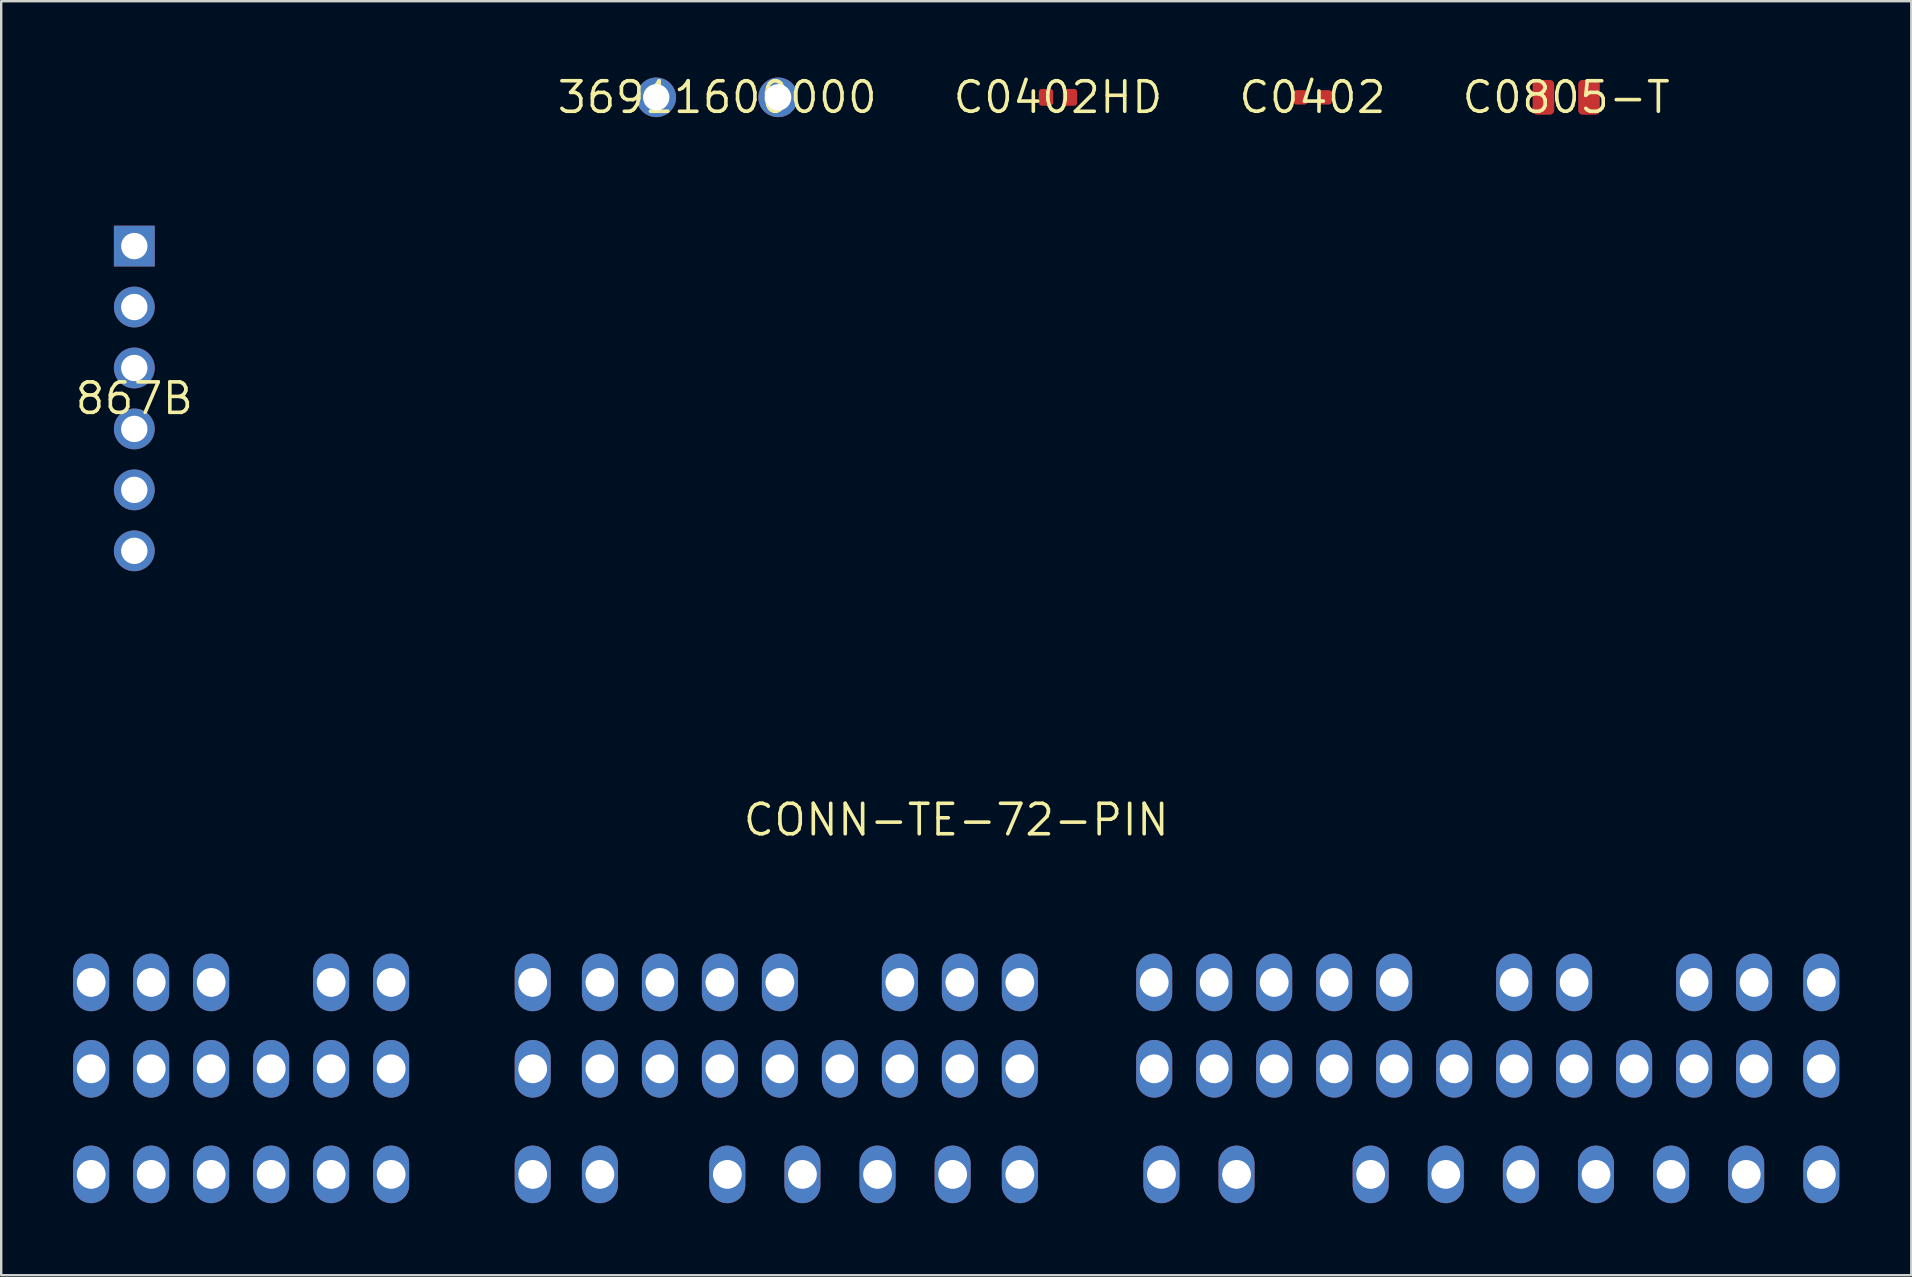
<source format=kicad_pcb>
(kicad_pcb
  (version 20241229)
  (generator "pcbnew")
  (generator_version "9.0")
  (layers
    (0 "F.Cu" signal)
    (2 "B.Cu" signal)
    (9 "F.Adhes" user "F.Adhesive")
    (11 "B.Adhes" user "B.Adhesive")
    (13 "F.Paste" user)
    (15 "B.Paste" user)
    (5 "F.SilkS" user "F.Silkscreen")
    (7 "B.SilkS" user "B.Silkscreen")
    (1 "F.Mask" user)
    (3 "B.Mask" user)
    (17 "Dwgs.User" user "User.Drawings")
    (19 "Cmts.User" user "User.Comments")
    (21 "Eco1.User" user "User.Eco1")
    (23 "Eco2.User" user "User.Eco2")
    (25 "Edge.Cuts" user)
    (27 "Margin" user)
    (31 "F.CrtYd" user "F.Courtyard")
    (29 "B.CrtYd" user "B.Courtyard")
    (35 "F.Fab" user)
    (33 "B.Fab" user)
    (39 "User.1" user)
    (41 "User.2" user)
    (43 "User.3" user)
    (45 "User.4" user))
  (footprint "CONN-TE-72-PIN"
    (layer "F.Cu")
    (at 36.8 31.116)
    (property "Reference" "CONN-TE-72-PIN" (at 0 0 0) (layer "F.SilkS") (effects (font (size 1.27 1.27) (thickness 0.15))))
    (attr through_hole)
    (pad "" np_thru_hole circle (at -28.55 1.325 180) (size 0.001 0.001) (drill 3.5) (layers "F.Cu" "F.Mask"))
    (pad "" np_thru_hole circle (at 28.25 1.325 180) (size 0.001 0.001) (drill 3.5) (layers "F.Cu" "F.Mask"))
    (pad "1" thru_hole oval (at -36.05 14.775 180) (size 1.5 2.4) (drill 1.2) (layers "F.Cu" "F.Mask"))
    (pad "2" thru_hole oval (at -36.05 10.375 180) (size 1.5 2.4) (drill 1.2) (layers "F.Cu" "F.Mask"))
    (pad "3" thru_hole oval (at -36.05 6.775 180) (size 1.5 2.4) (drill 1.2) (layers "F.Cu" "F.Mask"))
    (pad "4" thru_hole oval (at -33.55 14.775 180) (size 1.5 2.4) (drill 1.2) (layers "F.Cu" "F.Mask"))
    (pad "5" thru_hole oval (at -33.55 10.375 180) (size 1.5 2.4) (drill 1.2) (layers "F.Cu" "F.Mask"))
    (pad "6" thru_hole oval (at -33.55 6.775 180) (size 1.5 2.4) (drill 1.2) (layers "F.Cu" "F.Mask"))
    (pad "7" thru_hole oval (at -31.05 14.775 180) (size 1.5 2.4) (drill 1.2) (layers "F.Cu" "F.Mask"))
    (pad "8" thru_hole oval (at -31.05 10.375 180) (size 1.5 2.4) (drill 1.2) (layers "F.Cu" "F.Mask"))
    (pad "9" thru_hole oval (at -31.05 6.775 180) (size 1.5 2.4) (drill 1.2) (layers "F.Cu" "F.Mask"))
    (pad "10" thru_hole oval (at -28.55 14.775 180) (size 1.5 2.4) (drill 1.2) (layers "F.Cu" "F.Mask"))
    (pad "11" thru_hole oval (at -28.55 10.375 180) (size 1.5 2.4) (drill 1.2) (layers "F.Cu" "F.Mask"))
    (pad "12" thru_hole oval (at -26.05 14.775 180) (size 1.5 2.4) (drill 1.2) (layers "F.Cu" "F.Mask"))
    (pad "13" thru_hole oval (at -26.05 10.375 180) (size 1.5 2.4) (drill 1.2) (layers "F.Cu" "F.Mask"))
    (pad "14" thru_hole oval (at -26.05 6.775 180) (size 1.5 2.4) (drill 1.2) (layers "F.Cu" "F.Mask"))
    (pad "15" thru_hole oval (at -23.55 14.775 180) (size 1.5 2.4) (drill 1.2) (layers "F.Cu" "F.Mask"))
    (pad "16" thru_hole oval (at -23.55 10.375 180) (size 1.5 2.4) (drill 1.2) (layers "F.Cu" "F.Mask"))
    (pad "17" thru_hole oval (at -23.55 6.775 180) (size 1.5 2.4) (drill 1.2) (layers "F.Cu" "F.Mask"))
    (pad "18" thru_hole oval (at -17.65 14.775 180) (size 1.5 2.4) (drill 1.2) (layers "F.Cu" "F.Mask"))
    (pad "19" thru_hole oval (at -17.65 10.375 180) (size 1.5 2.4) (drill 1.2) (layers "F.Cu" "F.Mask"))
    (pad "20" thru_hole oval (at -17.65 6.775 180) (size 1.5 2.4) (drill 1.2) (layers "F.Cu" "F.Mask"))
    (pad "21" thru_hole oval (at -14.85 14.775 180) (size 1.5 2.4) (drill 1.2) (layers "F.Cu" "F.Mask"))
    (pad "22" thru_hole oval (at -14.85 10.375 180) (size 1.5 2.4) (drill 1.2) (layers "F.Cu" "F.Mask"))
    (pad "23" thru_hole oval (at -14.85 6.775 180) (size 1.5 2.4) (drill 1.2) (layers "F.Cu" "F.Mask"))
    (pad "24" thru_hole oval (at -12.35 10.375 180) (size 1.5 2.4) (drill 1.2) (layers "F.Cu" "F.Mask"))
    (pad "25" thru_hole oval (at -12.35 6.775 180) (size 1.5 2.4) (drill 1.2) (layers "F.Cu" "F.Mask"))
    (pad "26" thru_hole oval (at -9.54 14.775 180) (size 1.5 2.4) (drill 1.2) (layers "F.Cu" "F.Mask"))
    (pad "27" thru_hole oval (at -9.85 10.375 180) (size 1.5 2.4) (drill 1.2) (layers "F.Cu" "F.Mask"))
    (pad "28" thru_hole oval (at -9.85 6.775 180) (size 1.5 2.4) (drill 1.2) (layers "F.Cu" "F.Mask"))
    (pad "29" thru_hole oval (at -6.41 14.775 180) (size 1.5 2.4) (drill 1.2) (layers "F.Cu" "F.Mask"))
    (pad "30" thru_hole oval (at -7.35 10.375 180) (size 1.5 2.4) (drill 1.2) (layers "F.Cu" "F.Mask"))
    (pad "31" thru_hole oval (at -7.35 6.775 180) (size 1.5 2.4) (drill 1.2) (layers "F.Cu" "F.Mask"))
    (pad "32" thru_hole oval (at -3.28 14.775 180) (size 1.5 2.4) (drill 1.2) (layers "F.Cu" "F.Mask"))
    (pad "33" thru_hole oval (at -4.85 10.375 180) (size 1.5 2.4) (drill 1.2) (layers "F.Cu" "F.Mask"))
    (pad "34" thru_hole oval (at -2.35 10.375 180) (size 1.5 2.4) (drill 1.2) (layers "F.Cu" "F.Mask"))
    (pad "35" thru_hole oval (at -2.35 6.775 180) (size 1.5 2.4) (drill 1.2) (layers "F.Cu" "F.Mask"))
    (pad "36" thru_hole oval (at -0.15 14.775 180) (size 1.5 2.4) (drill 1.2) (layers "F.Cu" "F.Mask"))
    (pad "37" thru_hole oval (at 0.15 10.375 180) (size 1.5 2.4) (drill 1.2) (layers "F.Cu" "F.Mask"))
    (pad "38" thru_hole oval (at 0.15 6.775 180) (size 1.5 2.4) (drill 1.2) (layers "F.Cu" "F.Mask"))
    (pad "39" thru_hole oval (at 2.65 14.775 180) (size 1.5 2.4) (drill 1.2) (layers "F.Cu" "F.Mask"))
    (pad "40" thru_hole oval (at 2.65 10.375 180) (size 1.5 2.4) (drill 1.2) (layers "F.Cu" "F.Mask"))
    (pad "41" thru_hole oval (at 2.65 6.775 180) (size 1.5 2.4) (drill 1.2) (layers "F.Cu" "F.Mask"))
    (pad "42" thru_hole oval (at 8.55 14.775 180) (size 1.5 2.4) (drill 1.2) (layers "F.Cu" "F.Mask"))
    (pad "43" thru_hole oval (at 30.75 10.375 180) (size 1.5 2.4) (drill 1.2) (layers "F.Cu" "F.Mask"))
    (pad "44" thru_hole oval (at 30.75 6.775 180) (size 1.5 2.4) (drill 1.2) (layers "F.Cu" "F.Mask"))
    (pad "45" thru_hole oval (at 32.92 14.775 180) (size 1.5 2.4) (drill 1.2) (layers "F.Cu" "F.Mask"))
    (pad "46" thru_hole oval (at 33.25 10.375 180) (size 1.5 2.4) (drill 1.2) (layers "F.Cu" "F.Mask"))
    (pad "47" thru_hole oval (at 33.25 6.775 180) (size 1.5 2.4) (drill 1.2) (layers "F.Cu" "F.Mask"))
    (pad "48" thru_hole oval (at 36.05 14.775 180) (size 1.5 2.4) (drill 1.2) (layers "F.Cu" "F.Mask"))
    (pad "49" thru_hole oval (at 36.05 10.375 180) (size 1.5 2.4) (drill 1.2) (layers "F.Cu" "F.Mask"))
    (pad "50" thru_hole oval (at 36.05 6.775 180) (size 1.5 2.4) (drill 1.2) (layers "F.Cu" "F.Mask"))
    (pad "51" thru_hole oval (at 8.25 10.375 180) (size 1.5 2.4) (drill 1.2) (layers "F.Cu" "F.Mask"))
    (pad "52" thru_hole oval (at 8.25 6.775 180) (size 1.5 2.4) (drill 1.2) (layers "F.Cu" "F.Mask"))
    (pad "53" thru_hole oval (at 11.68 14.775 180) (size 1.5 2.4) (drill 1.2) (layers "F.Cu" "F.Mask"))
    (pad "54" thru_hole oval (at 10.75 10.375 180) (size 1.5 2.4) (drill 1.2) (layers "F.Cu" "F.Mask"))
    (pad "55" thru_hole oval (at 10.75 6.775 180) (size 1.5 2.4) (drill 1.2) (layers "F.Cu" "F.Mask"))
    (pad "56" thru_hole oval (at 13.25 10.375 180) (size 1.5 2.4) (drill 1.2) (layers "F.Cu" "F.Mask"))
    (pad "57" thru_hole oval (at 13.25 6.775 180) (size 1.5 2.4) (drill 1.2) (layers "F.Cu" "F.Mask"))
    (pad "58" thru_hole oval (at 15.75 10.375 180) (size 1.5 2.4) (drill 1.2) (layers "F.Cu" "F.Mask"))
    (pad "59" thru_hole oval (at 15.75 6.775 180) (size 1.5 2.4) (drill 1.2) (layers "F.Cu" "F.Mask"))
    (pad "60" thru_hole oval (at 17.27 14.775 180) (size 1.5 2.4) (drill 1.2) (layers "F.Cu" "F.Mask"))
    (pad "61" thru_hole oval (at 18.25 10.375 180) (size 1.5 2.4) (drill 1.2) (layers "F.Cu" "F.Mask"))
    (pad "62" thru_hole oval (at 18.25 6.775 180) (size 1.5 2.4) (drill 1.2) (layers "F.Cu" "F.Mask"))
    (pad "63" thru_hole oval (at 20.4 14.775 180) (size 1.5 2.4) (drill 1.2) (layers "F.Cu" "F.Mask"))
    (pad "64" thru_hole oval (at 20.75 10.375 180) (size 1.5 2.4) (drill 1.2) (layers "F.Cu" "F.Mask"))
    (pad "65" thru_hole oval (at 23.53 14.775 180) (size 1.5 2.4) (drill 1.2) (layers "F.Cu" "F.Mask"))
    (pad "66" thru_hole oval (at 23.25 10.375 180) (size 1.5 2.4) (drill 1.2) (layers "F.Cu" "F.Mask"))
    (pad "67" thru_hole oval (at 23.25 6.775 180) (size 1.5 2.4) (drill 1.2) (layers "F.Cu" "F.Mask"))
    (pad "68" thru_hole oval (at 26.66 14.775 180) (size 1.5 2.4) (drill 1.2) (layers "F.Cu" "F.Mask"))
    (pad "69" thru_hole oval (at 25.75 10.375 180) (size 1.5 2.4) (drill 1.2) (layers "F.Cu" "F.Mask"))
    (pad "70" thru_hole oval (at 25.75 6.775 180) (size 1.5 2.4) (drill 1.2) (layers "F.Cu" "F.Mask"))
    (pad "71" thru_hole oval (at 28.25 10.375 180) (size 1.5 2.4) (drill 1.2) (layers "F.Cu" "F.Mask"))
    (pad "72" thru_hole oval (at 29.79 14.775 180) (size 1.5 2.4) (drill 1.2) (layers "F.Cu" "F.Mask")))
  (footprint "C0805-T"
    (layer "F.Cu")
    (at 62.219 1.006)
    (property "Reference" "C0805-T" (at 0 0 0) (layer "F.SilkS") (effects (font (size 1.27 1.27) (thickness 0.15))))
    (attr through_hole)
    (pad "1" smd roundrect (at -0.95 0) (size 0.9 1.45) (layers "F.Cu" "F.Mask") (roundrect_rratio 0.2))
    (pad "2" smd roundrect (at 0.95 0) (size 0.9 1.45) (layers "F.Cu" "F.Mask") (roundrect_rratio 0.2)))
  (footprint "36911600000"
    (layer "F.Cu")
    (at 26.838 1.006)
    (property "Reference" "36911600000" (at 0 0 0) (layer "F.SilkS") (effects (font (size 1.27 1.27) (thickness 0.15))))
    (attr through_hole)
    (pad "1" thru_hole circle (at -2.54 0) (size 1.65 1.65) (drill 1.1) (layers "*.Cu" "*.Mask"))
    (pad "2" thru_hole circle (at 2.54 0) (size 1.65 1.65) (drill 1.1) (layers "*.Cu" "*.Mask")))
  (footprint "C0402"
    (layer "F.Cu")
    (at 51.645 1.006)
    (property "Reference" "C0402" (at 0 0 0) (layer "F.SilkS") (effects (font (size 1.27 1.27) (thickness 0.15))))
    (attr through_hole)
    (pad "1" smd roundrect (at -0.5 0) (size 0.6 0.6) (layers "F.Cu" "F.Mask") (roundrect_rratio 0.2))
    (pad "2" smd roundrect (at 0.5 0) (size 0.6 0.6) (layers "F.Cu" "F.Mask") (roundrect_rratio 0.2)))
  (footprint "867B"
    (layer "F.Cu")
    (at 2.547 13.555)
    (property "Reference" "867B" (at 0 0 0) (layer "F.SilkS") (effects (font (size 1.27 1.27) (thickness 0.15))))
    (attr through_hole)
    (pad "" np_thru_hole circle (at 12.54 -11.555) (size 0.001 0.001) (drill 4) (layers "F.Cu" "F.Mask"))
    (pad "" np_thru_hole circle (at 12.54 11.555) (size 0.001 0.001) (drill 4) (layers "F.Cu" "F.Mask"))
    (pad "1" thru_hole rect (at 0 -6.35) (size 1.7 1.7) (drill 1.1) (layers "F.Cu" "F.Mask"))
    (pad "2" thru_hole oval (at 0 -3.81) (size 1.7 1.7) (drill 1.1) (layers "F.Cu" "F.Mask"))
    (pad "3" thru_hole oval (at 0 -1.27) (size 1.7 1.7) (drill 1.1) (layers "F.Cu" "F.Mask"))
    (pad "4" thru_hole oval (at 0 1.27) (size 1.7 1.7) (drill 1.1) (layers "F.Cu" "F.Mask"))
    (pad "5" thru_hole oval (at 0 3.81) (size 1.7 1.7) (drill 1.1) (layers "F.Cu" "F.Mask"))
    (pad "6" thru_hole oval (at 0 6.35) (size 1.7 1.7) (drill 1.1) (layers "F.Cu" "F.Mask")))
  (footprint "C0402HD"
    (layer "F.Cu")
    (at 41.04 1.006)
    (property "Reference" "C0402HD" (at 0 0 0) (layer "F.SilkS") (effects (font (size 1.27 1.27) (thickness 0.15))))
    (attr through_hole)
    (pad "1" smd roundrect (at -0.5 0 90) (size 0.7 0.6) (layers "F.Cu" "F.Mask") (roundrect_rratio 0.2))
    (pad "2" smd roundrect (at 0.5 0 90) (size 0.7 0.6) (layers "F.Cu" "F.Mask") (roundrect_rratio 0.2)))
  (gr_rect
    (start -3 -3)
    (end 76.6 50.091)
    (stroke (width 0.1) (type default))
    (fill no)
    (layer "Edge.Cuts")))
</source>
